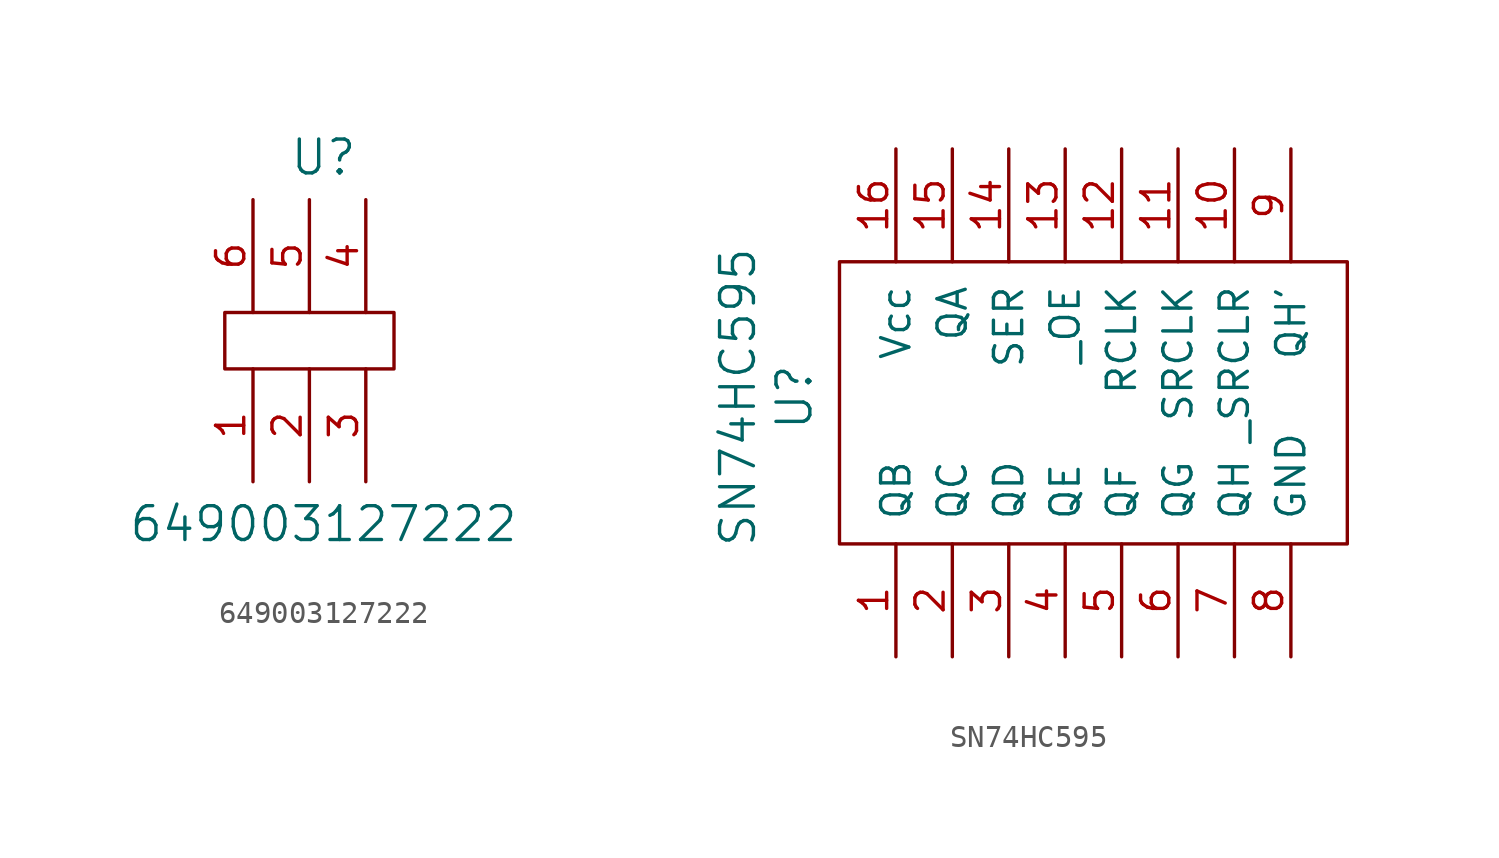
<source format=kicad_sym>
(kicad_symbol_lib
  (version 20211014)
  (generator kicad_symbol_editor)
  (symbol "649003127222"
    (pin_names
      (offset 1.016))
    (property "Reference" "U"
      (at 0.635 8.255 0)
      (effects (font (size 1.524 1.524))))
    (property "Value" "649003127222"
      (at 0.635 -8.255 0)
      (effects (font (size 1.524 1.524))))
    (symbol "649003127222_0_1"
      (polyline (pts (xy 0 -1.27) (xy -3.81 -1.27) (xy -3.81 1.27) (xy 3.81 1.27) (xy 3.81 -1.27) (xy 0 -1.27)) (stroke (width 0) (type default) (color 0 0 0 0)) (fill (type none))))
    (symbol "649003127222_1_1"
      (pin input line (at -2.54 -6.35 90) (length 5.08) (name "~" (effects (font (size 1.27 1.27)))) (number "1" (effects (font (size 1.27 1.27)))))
      (pin input line (at 0 -6.35 90) (length 5.08) (name "~" (effects (font (size 1.27 1.27)))) (number "2" (effects (font (size 1.27 1.27)))))
      (pin input line (at 2.54 -6.35 90) (length 5.08) (name "~" (effects (font (size 1.27 1.27)))) (number "3" (effects (font (size 1.27 1.27)))))
      (pin input line (at 2.54 6.35 270) (length 5.08) (name "~" (effects (font (size 1.27 1.27)))) (number "4" (effects (font (size 1.27 1.27)))))
      (pin input line (at 0 6.35 270) (length 5.08) (name "~" (effects (font (size 1.27 1.27)))) (number "5" (effects (font (size 1.27 1.27)))))
      (pin input line (at -2.54 6.35 270) (length 5.08) (name "~" (effects (font (size 1.27 1.27)))) (number "6" (effects (font (size 1.27 1.27)))))))
  (symbol "SN74HC595"
    (pin_names
      (offset 1.016))
    (property "Reference" "U"
      (at -14.732 1.524 90)
      (effects (font (size 1.524 1.524))))
    (property "Value" "SN74HC595"
      (at -17.272 1.524 90)
      (effects (font (size 1.524 1.524))))
    (symbol "SN74HC595_0_1"
      (rectangle (start -12.7 -5.08) (end 10.16 7.62) (stroke (width 0) (type default) (color 0 0 0 0)) (fill (type none))))
    (symbol "SN74HC595_1_1"
      (pin input line (at -10.16 -10.16 90) (length 5.08) (name "QB" (effects (font (size 1.27 1.27)))) (number "1" (effects (font (size 1.27 1.27)))))
      (pin input line (at 5.08 12.7 270) (length 5.08) (name "_SRCLR" (effects (font (size 1.27 1.27)))) (number "10" (effects (font (size 1.27 1.27)))))
      (pin input line (at 2.54 12.7 270) (length 5.08) (name "SRCLK" (effects (font (size 1.27 1.27)))) (number "11" (effects (font (size 1.27 1.27)))))
      (pin input line (at 0 12.7 270) (length 5.08) (name "RCLK" (effects (font (size 1.27 1.27)))) (number "12" (effects (font (size 1.27 1.27)))))
      (pin input line (at -2.54 12.7 270) (length 5.08) (name "_OE" (effects (font (size 1.27 1.27)))) (number "13" (effects (font (size 1.27 1.27)))))
      (pin input line (at -5.08 12.7 270) (length 5.08) (name "SER" (effects (font (size 1.27 1.27)))) (number "14" (effects (font (size 1.27 1.27)))))
      (pin input line (at -7.62 12.7 270) (length 5.08) (name "QA" (effects (font (size 1.27 1.27)))) (number "15" (effects (font (size 1.27 1.27)))))
      (pin input line (at -10.16 12.7 270) (length 5.08) (name "Vcc" (effects (font (size 1.27 1.27)))) (number "16" (effects (font (size 1.27 1.27)))))
      (pin input line (at -7.62 -10.16 90) (length 5.08) (name "QC" (effects (font (size 1.27 1.27)))) (number "2" (effects (font (size 1.27 1.27)))))
      (pin input line (at -5.08 -10.16 90) (length 5.08) (name "QD" (effects (font (size 1.27 1.27)))) (number "3" (effects (font (size 1.27 1.27)))))
      (pin input line (at -2.54 -10.16 90) (length 5.08) (name "QE" (effects (font (size 1.27 1.27)))) (number "4" (effects (font (size 1.27 1.27)))))
      (pin input line (at 0 -10.16 90) (length 5.08) (name "QF" (effects (font (size 1.27 1.27)))) (number "5" (effects (font (size 1.27 1.27)))))
      (pin input line (at 2.54 -10.16 90) (length 5.08) (name "QG" (effects (font (size 1.27 1.27)))) (number "6" (effects (font (size 1.27 1.27)))))
      (pin input line (at 5.08 -10.16 90) (length 5.08) (name "QH" (effects (font (size 1.27 1.27)))) (number "7" (effects (font (size 1.27 1.27)))))
      (pin input line (at 7.62 -10.16 90) (length 5.08) (name "GND" (effects (font (size 1.27 1.27)))) (number "8" (effects (font (size 1.27 1.27)))))
      (pin input line (at 7.62 12.7 270) (length 5.08) (name "QH'" (effects (font (size 1.27 1.27)))) (number "9" (effects (font (size 1.27 1.27))))))))
</source>
